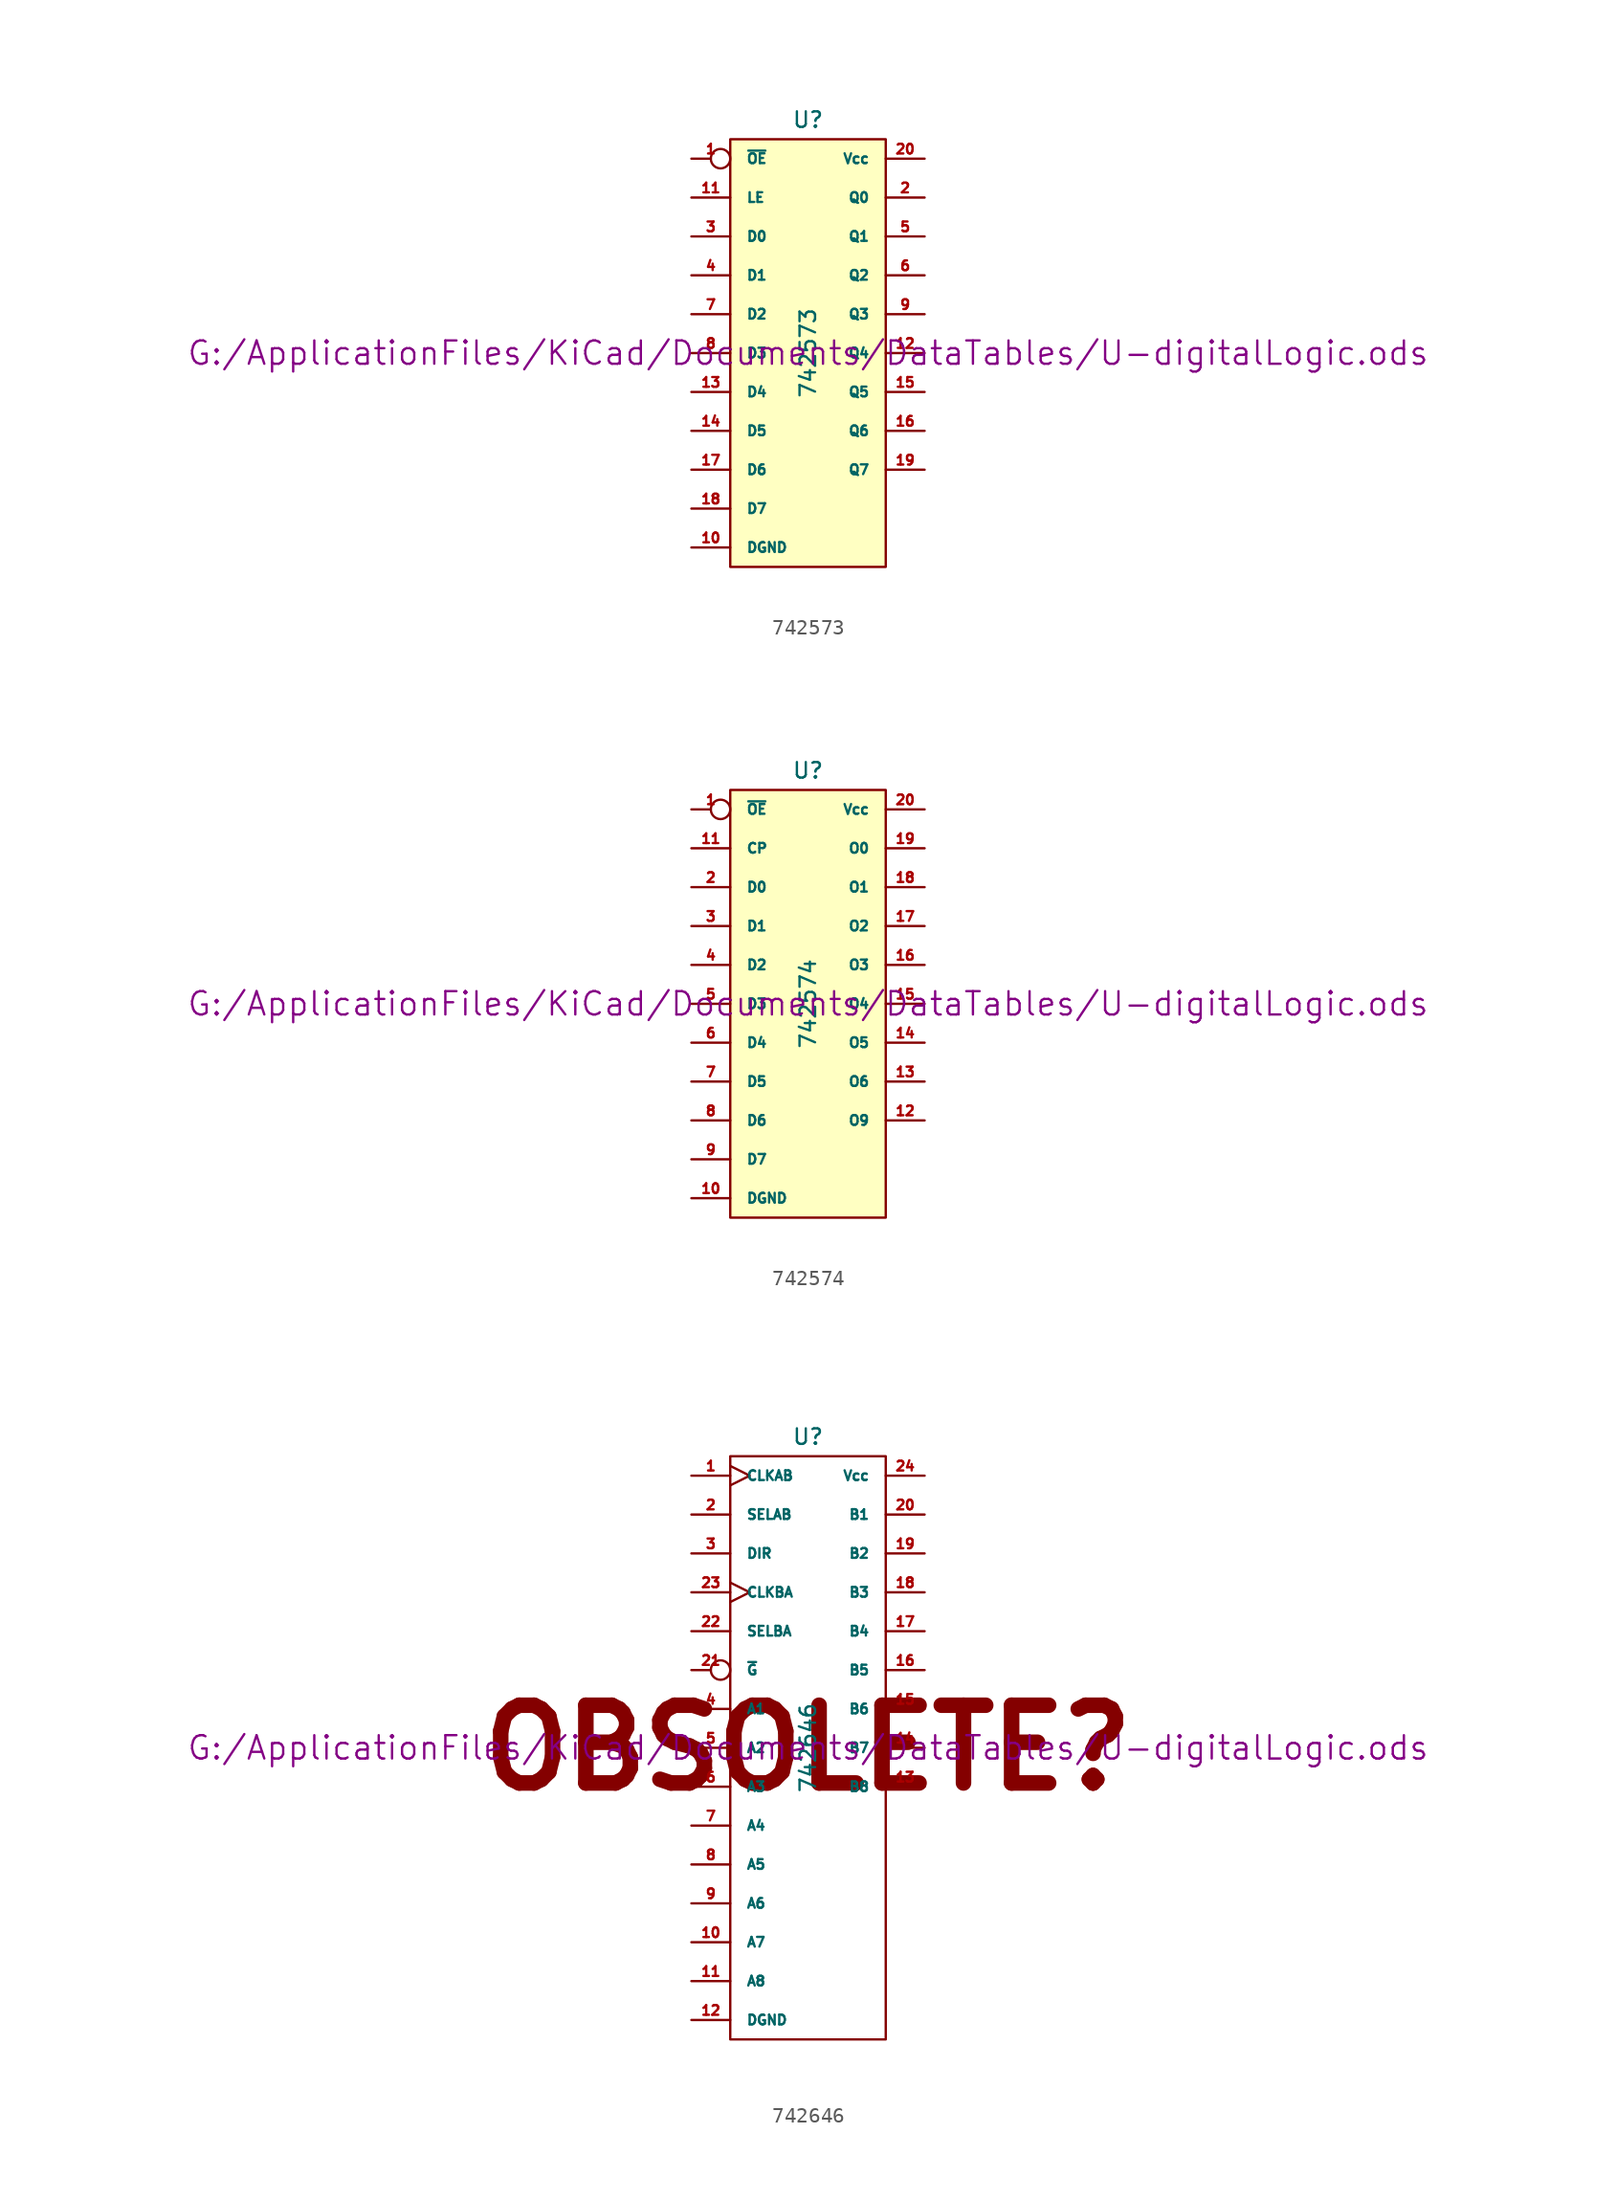
<source format=kicad_sym>
(kicad_symbol_lib
  (version 20211014)
  (generator kicad_symbol_editor)
  (symbol "742573"
    (pin_names
      (offset 1.016))
    (property "Reference" "U"
      (at 0 15.24 0)
      (effects (font (size 1.016 1.016))))
    (property "Value" "742573"
      (at 0 0 90)
      (effects (font (size 1.016 1.016))))
    (property "Footprint" ""
      (at 0 0 0)
      (effects (font (size 1.524 1.524))))
    (property "Datasheet" "G:/ApplicationFiles/KiCad/Documents/DataTables/U-digitalLogic.ods"
      (at 0 0 0)
      (effects (font (size 1.524 1.524))))
    (symbol "742573_0_1"
      (rectangle (start -5.08 13.97) (end 5.08 -13.97) (stroke (width 0) (type default) (color 0 0 0 0)) (fill (type background))))
    (symbol "742573_1_1"
      (pin input inverted (at -7.62 12.7 0) (length 2.54) (name "~{OE}" (effects (font (size 0.635 0.635)))) (number "1" (effects (font (size 0.635 0.635)))))
      (pin power_in line (at -7.62 -12.7 0) (length 2.54) (name "DGND" (effects (font (size 0.635 0.635)))) (number "10" (effects (font (size 0.635 0.635)))))
      (pin input line (at -7.62 10.16 0) (length 2.54) (name "LE" (effects (font (size 0.635 0.635)))) (number "11" (effects (font (size 0.635 0.635)))))
      (pin tri_state line (at 7.62 0 180) (length 2.54) (name "Q4" (effects (font (size 0.635 0.635)))) (number "12" (effects (font (size 0.635 0.635)))))
      (pin input line (at -7.62 -2.54 0) (length 2.54) (name "D4" (effects (font (size 0.635 0.635)))) (number "13" (effects (font (size 0.635 0.635)))))
      (pin input line (at -7.62 -5.08 0) (length 2.54) (name "D5" (effects (font (size 0.635 0.635)))) (number "14" (effects (font (size 0.635 0.635)))))
      (pin tri_state line (at 7.62 -2.54 180) (length 2.54) (name "Q5" (effects (font (size 0.635 0.635)))) (number "15" (effects (font (size 0.635 0.635)))))
      (pin tri_state line (at 7.62 -5.08 180) (length 2.54) (name "Q6" (effects (font (size 0.635 0.635)))) (number "16" (effects (font (size 0.635 0.635)))))
      (pin input line (at -7.62 -7.62 0) (length 2.54) (name "D6" (effects (font (size 0.635 0.635)))) (number "17" (effects (font (size 0.635 0.635)))))
      (pin input line (at -7.62 -10.16 0) (length 2.54) (name "D7" (effects (font (size 0.635 0.635)))) (number "18" (effects (font (size 0.635 0.635)))))
      (pin tri_state line (at 7.62 -7.62 180) (length 2.54) (name "Q7" (effects (font (size 0.635 0.635)))) (number "19" (effects (font (size 0.635 0.635)))))
      (pin tri_state line (at 7.62 10.16 180) (length 2.54) (name "Q0" (effects (font (size 0.635 0.635)))) (number "2" (effects (font (size 0.635 0.635)))))
      (pin power_in line (at 7.62 12.7 180) (length 2.54) (name "Vcc" (effects (font (size 0.635 0.635)))) (number "20" (effects (font (size 0.635 0.635)))))
      (pin input line (at -7.62 7.62 0) (length 2.54) (name "D0" (effects (font (size 0.635 0.635)))) (number "3" (effects (font (size 0.635 0.635)))))
      (pin input line (at -7.62 5.08 0) (length 2.54) (name "D1" (effects (font (size 0.635 0.635)))) (number "4" (effects (font (size 0.635 0.635)))))
      (pin tri_state line (at 7.62 7.62 180) (length 2.54) (name "Q1" (effects (font (size 0.635 0.635)))) (number "5" (effects (font (size 0.635 0.635)))))
      (pin tri_state line (at 7.62 5.08 180) (length 2.54) (name "Q2" (effects (font (size 0.635 0.635)))) (number "6" (effects (font (size 0.635 0.635)))))
      (pin input line (at -7.62 2.54 0) (length 2.54) (name "D2" (effects (font (size 0.635 0.635)))) (number "7" (effects (font (size 0.635 0.635)))))
      (pin input line (at -7.62 0 0) (length 2.54) (name "D3" (effects (font (size 0.635 0.635)))) (number "8" (effects (font (size 0.635 0.635)))))
      (pin tri_state line (at 7.62 2.54 180) (length 2.54) (name "Q3" (effects (font (size 0.635 0.635)))) (number "9" (effects (font (size 0.635 0.635)))))))
  (symbol "742574"
    (pin_names
      (offset 1.016))
    (property "Reference" "U"
      (at 0 15.24 0)
      (effects (font (size 1.016 1.016))))
    (property "Value" "742574"
      (at 0 0 90)
      (effects (font (size 1.016 1.016))))
    (property "Footprint" ""
      (at 0 0 0)
      (effects (font (size 1.524 1.524))))
    (property "Datasheet" "G:/ApplicationFiles/KiCad/Documents/DataTables/U-digitalLogic.ods"
      (at 0 0 0)
      (effects (font (size 1.524 1.524))))
    (symbol "742574_0_1"
      (rectangle (start -5.08 13.97) (end 5.08 -13.97) (stroke (width 0) (type default) (color 0 0 0 0)) (fill (type background))))
    (symbol "742574_1_1"
      (pin input inverted (at -7.62 12.7 0) (length 2.54) (name "~{OE}" (effects (font (size 0.635 0.635)))) (number "1" (effects (font (size 0.635 0.635)))))
      (pin power_in line (at -7.62 -12.7 0) (length 2.54) (name "DGND" (effects (font (size 0.635 0.635)))) (number "10" (effects (font (size 0.635 0.635)))))
      (pin input line (at -7.62 10.16 0) (length 2.54) (name "CP" (effects (font (size 0.635 0.635)))) (number "11" (effects (font (size 0.635 0.635)))))
      (pin tri_state line (at 7.62 -7.62 180) (length 2.54) (name "O9" (effects (font (size 0.635 0.635)))) (number "12" (effects (font (size 0.635 0.635)))))
      (pin tri_state line (at 7.62 -5.08 180) (length 2.54) (name "O6" (effects (font (size 0.635 0.635)))) (number "13" (effects (font (size 0.635 0.635)))))
      (pin tri_state line (at 7.62 -2.54 180) (length 2.54) (name "O5" (effects (font (size 0.635 0.635)))) (number "14" (effects (font (size 0.635 0.635)))))
      (pin tri_state line (at 7.62 0 180) (length 2.54) (name "O4" (effects (font (size 0.635 0.635)))) (number "15" (effects (font (size 0.635 0.635)))))
      (pin tri_state line (at 7.62 2.54 180) (length 2.54) (name "O3" (effects (font (size 0.635 0.635)))) (number "16" (effects (font (size 0.635 0.635)))))
      (pin tri_state line (at 7.62 5.08 180) (length 2.54) (name "O2" (effects (font (size 0.635 0.635)))) (number "17" (effects (font (size 0.635 0.635)))))
      (pin tri_state line (at 7.62 7.62 180) (length 2.54) (name "O1" (effects (font (size 0.635 0.635)))) (number "18" (effects (font (size 0.635 0.635)))))
      (pin tri_state line (at 7.62 10.16 180) (length 2.54) (name "O0" (effects (font (size 0.635 0.635)))) (number "19" (effects (font (size 0.635 0.635)))))
      (pin input line (at -7.62 7.62 0) (length 2.54) (name "D0" (effects (font (size 0.635 0.635)))) (number "2" (effects (font (size 0.635 0.635)))))
      (pin power_in line (at 7.62 12.7 180) (length 2.54) (name "Vcc" (effects (font (size 0.635 0.635)))) (number "20" (effects (font (size 0.635 0.635)))))
      (pin input line (at -7.62 5.08 0) (length 2.54) (name "D1" (effects (font (size 0.635 0.635)))) (number "3" (effects (font (size 0.635 0.635)))))
      (pin input line (at -7.62 2.54 0) (length 2.54) (name "D2" (effects (font (size 0.635 0.635)))) (number "4" (effects (font (size 0.635 0.635)))))
      (pin input line (at -7.62 0 0) (length 2.54) (name "D3" (effects (font (size 0.635 0.635)))) (number "5" (effects (font (size 0.635 0.635)))))
      (pin input line (at -7.62 -2.54 0) (length 2.54) (name "D4" (effects (font (size 0.635 0.635)))) (number "6" (effects (font (size 0.635 0.635)))))
      (pin input line (at -7.62 -5.08 0) (length 2.54) (name "D5" (effects (font (size 0.635 0.635)))) (number "7" (effects (font (size 0.635 0.635)))))
      (pin input line (at -7.62 -7.62 0) (length 2.54) (name "D6" (effects (font (size 0.635 0.635)))) (number "8" (effects (font (size 0.635 0.635)))))
      (pin input line (at -7.62 -10.16 0) (length 2.54) (name "D7" (effects (font (size 0.635 0.635)))) (number "9" (effects (font (size 0.635 0.635)))))))
  (symbol "742646"
    (pin_names
      (offset 1.016))
    (property "Reference" "U"
      (at 0 20.32 0)
      (effects (font (size 1.016 1.016))))
    (property "Value" "742646"
      (at 0 0 90)
      (effects (font (size 1.016 1.016))))
    (property "Footprint" ""
      (at 0 0 0)
      (effects (font (size 1.524 1.524))))
    (property "Datasheet" "G:/ApplicationFiles/KiCad/Documents/DataTables/U-digitalLogic.ods"
      (at 0 0 0)
      (effects (font (size 1.524 1.524))))
    (symbol "742646_0_0"
      (text "OBSOLETE?" (at 0 0 0) (effects (font (size 5.08 5.08) bold))))
    (symbol "742646_0_1"
      (rectangle (start -5.08 19.05) (end 5.08 -19.05) (stroke (width 0) (type default) (color 0 0 0 0)) (fill (type none))))
    (symbol "742646_1_1"
      (pin input clock (at -7.62 17.78 0) (length 2.54) (name "CLKAB" (effects (font (size 0.635 0.635)))) (number "1" (effects (font (size 0.635 0.635)))))
      (pin tri_state line (at -7.62 -12.7 0) (length 2.54) (name "A7" (effects (font (size 0.635 0.635)))) (number "10" (effects (font (size 0.635 0.635)))))
      (pin tri_state line (at -7.62 -15.24 0) (length 2.54) (name "A8" (effects (font (size 0.635 0.635)))) (number "11" (effects (font (size 0.635 0.635)))))
      (pin power_in line (at -7.62 -17.78 0) (length 2.54) (name "DGND" (effects (font (size 0.635 0.635)))) (number "12" (effects (font (size 0.635 0.635)))))
      (pin tri_state line (at 7.62 -2.54 180) (length 2.54) (name "B8" (effects (font (size 0.635 0.635)))) (number "13" (effects (font (size 0.635 0.635)))))
      (pin tri_state line (at 7.62 0 180) (length 2.54) (name "B7" (effects (font (size 0.635 0.635)))) (number "14" (effects (font (size 0.635 0.635)))))
      (pin tri_state line (at 7.62 2.54 180) (length 2.54) (name "B6" (effects (font (size 0.635 0.635)))) (number "15" (effects (font (size 0.635 0.635)))))
      (pin tri_state line (at 7.62 5.08 180) (length 2.54) (name "B5" (effects (font (size 0.635 0.635)))) (number "16" (effects (font (size 0.635 0.635)))))
      (pin tri_state line (at 7.62 7.62 180) (length 2.54) (name "B4" (effects (font (size 0.635 0.635)))) (number "17" (effects (font (size 0.635 0.635)))))
      (pin tri_state line (at 7.62 10.16 180) (length 2.54) (name "B3" (effects (font (size 0.635 0.635)))) (number "18" (effects (font (size 0.635 0.635)))))
      (pin tri_state line (at 7.62 12.7 180) (length 2.54) (name "B2" (effects (font (size 0.635 0.635)))) (number "19" (effects (font (size 0.635 0.635)))))
      (pin input line (at -7.62 15.24 0) (length 2.54) (name "SELAB" (effects (font (size 0.635 0.635)))) (number "2" (effects (font (size 0.635 0.635)))))
      (pin tri_state line (at 7.62 15.24 180) (length 2.54) (name "B1" (effects (font (size 0.635 0.635)))) (number "20" (effects (font (size 0.635 0.635)))))
      (pin input inverted (at -7.62 5.08 0) (length 2.54) (name "~{G}" (effects (font (size 0.635 0.635)))) (number "21" (effects (font (size 0.635 0.635)))))
      (pin input line (at -7.62 7.62 0) (length 2.54) (name "SELBA" (effects (font (size 0.635 0.635)))) (number "22" (effects (font (size 0.635 0.635)))))
      (pin input clock (at -7.62 10.16 0) (length 2.54) (name "CLKBA" (effects (font (size 0.635 0.635)))) (number "23" (effects (font (size 0.635 0.635)))))
      (pin power_in line (at 7.62 17.78 180) (length 2.54) (name "Vcc" (effects (font (size 0.635 0.635)))) (number "24" (effects (font (size 0.635 0.635)))))
      (pin input line (at -7.62 12.7 0) (length 2.54) (name "DIR" (effects (font (size 0.635 0.635)))) (number "3" (effects (font (size 0.635 0.635)))))
      (pin tri_state line (at -7.62 2.54 0) (length 2.54) (name "A1" (effects (font (size 0.635 0.635)))) (number "4" (effects (font (size 0.635 0.635)))))
      (pin tri_state line (at -7.62 0 0) (length 2.54) (name "A2" (effects (font (size 0.635 0.635)))) (number "5" (effects (font (size 0.635 0.635)))))
      (pin tri_state line (at -7.62 -2.54 0) (length 2.54) (name "A3" (effects (font (size 0.635 0.635)))) (number "6" (effects (font (size 0.635 0.635)))))
      (pin tri_state line (at -7.62 -5.08 0) (length 2.54) (name "A4" (effects (font (size 0.635 0.635)))) (number "7" (effects (font (size 0.635 0.635)))))
      (pin tri_state line (at -7.62 -7.62 0) (length 2.54) (name "A5" (effects (font (size 0.635 0.635)))) (number "8" (effects (font (size 0.635 0.635)))))
      (pin tri_state line (at -7.62 -10.16 0) (length 2.54) (name "A6" (effects (font (size 0.635 0.635)))) (number "9" (effects (font (size 0.635 0.635))))))))
</source>
